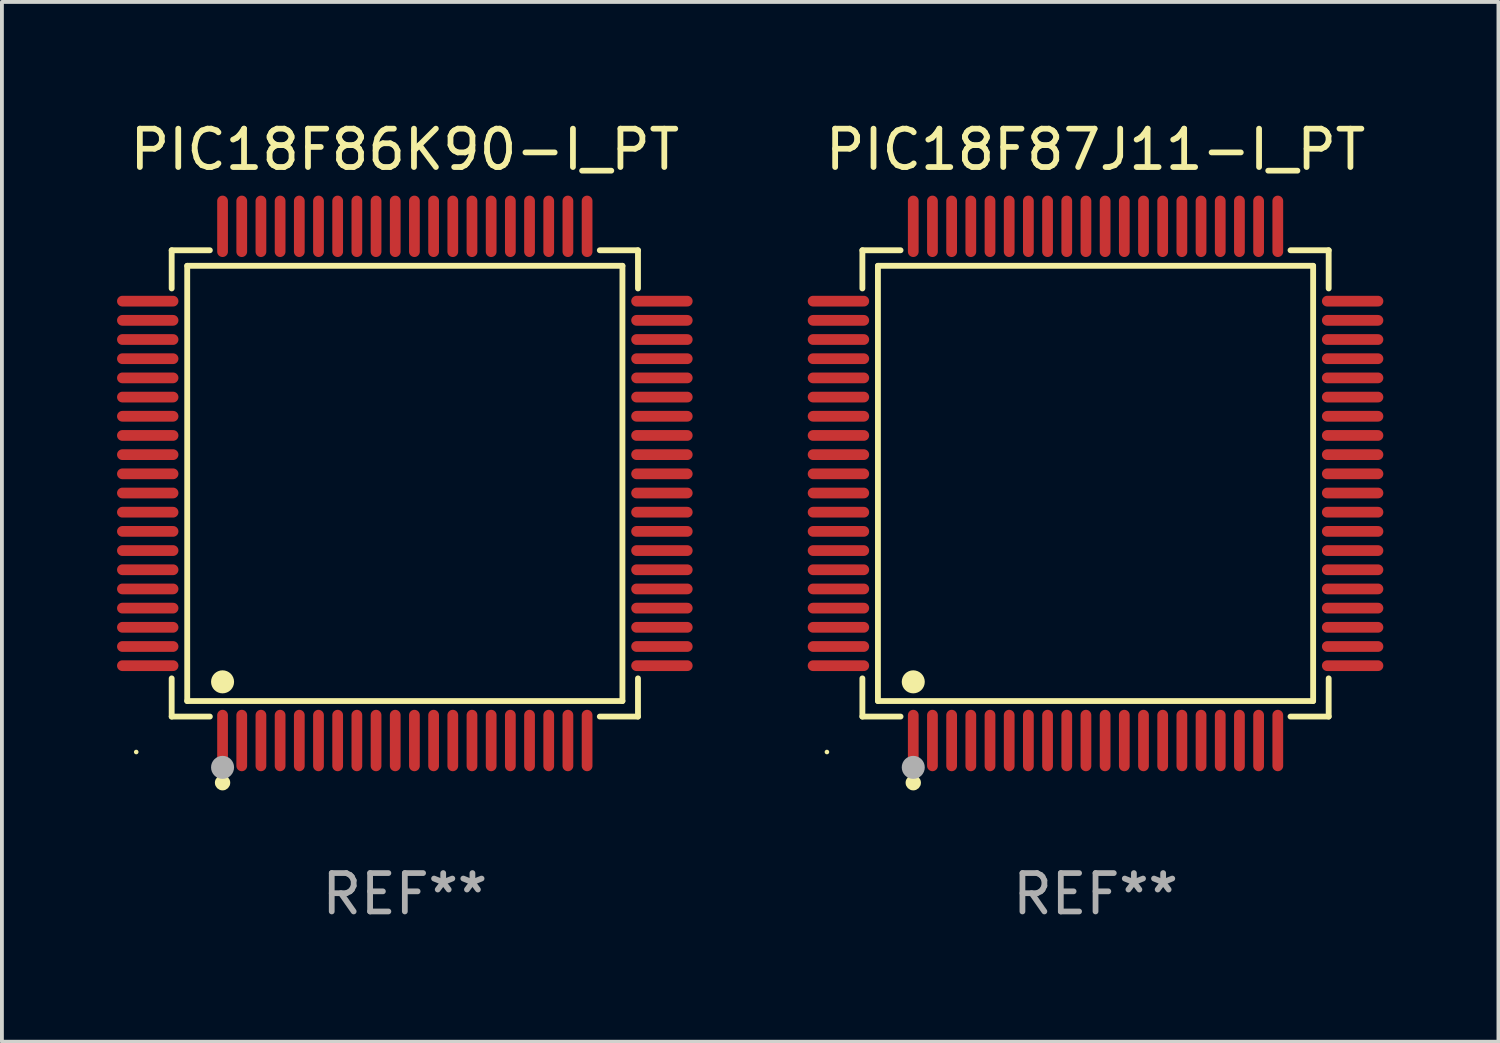
<source format=kicad_pcb>
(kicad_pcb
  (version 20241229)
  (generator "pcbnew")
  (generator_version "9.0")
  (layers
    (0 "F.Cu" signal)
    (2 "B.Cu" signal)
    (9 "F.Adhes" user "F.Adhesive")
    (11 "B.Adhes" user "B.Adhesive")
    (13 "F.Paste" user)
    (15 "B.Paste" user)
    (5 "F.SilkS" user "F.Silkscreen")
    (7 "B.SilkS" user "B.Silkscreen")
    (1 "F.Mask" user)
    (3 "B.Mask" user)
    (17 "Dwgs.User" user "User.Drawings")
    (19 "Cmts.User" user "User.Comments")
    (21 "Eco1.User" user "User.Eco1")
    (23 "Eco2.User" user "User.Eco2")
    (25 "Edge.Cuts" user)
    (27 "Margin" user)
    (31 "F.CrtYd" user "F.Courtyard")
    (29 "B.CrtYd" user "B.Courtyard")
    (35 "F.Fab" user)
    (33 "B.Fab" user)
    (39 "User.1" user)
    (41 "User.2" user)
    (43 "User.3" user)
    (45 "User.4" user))
  (footprint "PIC18F87J11-I_PT"
    (layer "F.Cu")
    (at 25.5 9.548)
    (property "Reference" "PIC18F87J11-I_PT" (at 0 -8.7 0) (layer "F.SilkS") (effects (font (size 1 1) (thickness 0.15))))
    (attr through_hole)
    (fp_line (start -6.076 -6.076) (end -5.081 -6.076) (stroke (width 0.152) (type solid)) (layer "F.SilkS"))
    (fp_line (start -6.076 -5.081) (end -6.076 -6.076) (stroke (width 0.152) (type solid)) (layer "F.SilkS"))
    (fp_line (start -6.076 5.081) (end -6.076 6.076) (stroke (width 0.152) (type solid)) (layer "F.SilkS"))
    (fp_line (start -6.076 6.076) (end -5.081 6.076) (stroke (width 0.152) (type solid)) (layer "F.SilkS"))
    (fp_line (start -5.671 -5.671) (end 5.671 -5.671) (stroke (width 0.152) (type solid)) (layer "F.SilkS"))
    (fp_line (start -5.671 5.671) (end -5.671 -5.671) (stroke (width 0.152) (type solid)) (layer "F.SilkS"))
    (fp_line (start 5.671 -5.671) (end 5.671 5.671) (stroke (width 0.152) (type solid)) (layer "F.SilkS"))
    (fp_line (start 5.671 5.671) (end -5.671 5.671) (stroke (width 0.152) (type solid)) (layer "F.SilkS"))
    (fp_line (start 6.076 -6.076) (end 5.081 -6.076) (stroke (width 0.152) (type solid)) (layer "F.SilkS"))
    (fp_line (start 6.076 -5.081) (end 6.076 -6.076) (stroke (width 0.152) (type solid)) (layer "F.SilkS"))
    (fp_line (start 6.076 5.081) (end 6.076 6.076) (stroke (width 0.152) (type solid)) (layer "F.SilkS"))
    (fp_line (start 6.076 6.076) (end 5.081 6.076) (stroke (width 0.152) (type solid)) (layer "F.SilkS"))
    (fp_circle (center -7 7) (end -6.97 7) (stroke (width 0.06) (type solid)) (fill no) (layer "F.SilkS"))
    (fp_circle (center -4.75 5.171) (end -4.6 5.171) (stroke (width 0.3) (type solid)) (fill no) (layer "F.SilkS"))
    (fp_circle (center -4.75 7.8) (end -4.65 7.8) (stroke (width 0.2) (type solid)) (fill no) (layer "F.SilkS"))
    (fp_circle (center -4.75 7.4) (end -4.6 7.4) (stroke (width 0.3) (type solid)) (fill no) (layer "F.Fab"))
    (fp_text user "REF**" (at 0 10.7 0) (layer "F.Fab") (effects (font (size 1 1) (thickness 0.15))))
    (pad "1" smd oval (at -4.75 6.7) (size 0.28 1.6) (layers "F.Cu" "F.Mask" "F.Paste"))
    (pad "2" smd oval (at -4.25 6.7) (size 0.28 1.6) (layers "F.Cu" "F.Mask" "F.Paste"))
    (pad "3" smd oval (at -3.75 6.7) (size 0.28 1.6) (layers "F.Cu" "F.Mask" "F.Paste"))
    (pad "4" smd oval (at -3.25 6.7) (size 0.28 1.6) (layers "F.Cu" "F.Mask" "F.Paste"))
    (pad "5" smd oval (at -2.75 6.7) (size 0.28 1.6) (layers "F.Cu" "F.Mask" "F.Paste"))
    (pad "6" smd oval (at -2.25 6.7) (size 0.28 1.6) (layers "F.Cu" "F.Mask" "F.Paste"))
    (pad "7" smd oval (at -1.75 6.7) (size 0.28 1.6) (layers "F.Cu" "F.Mask" "F.Paste"))
    (pad "8" smd oval (at -1.25 6.7) (size 0.28 1.6) (layers "F.Cu" "F.Mask" "F.Paste"))
    (pad "9" smd oval (at -0.75 6.7) (size 0.28 1.6) (layers "F.Cu" "F.Mask" "F.Paste"))
    (pad "10" smd oval (at -0.25 6.7) (size 0.28 1.6) (layers "F.Cu" "F.Mask" "F.Paste"))
    (pad "11" smd oval (at 0.25 6.7) (size 0.28 1.6) (layers "F.Cu" "F.Mask" "F.Paste"))
    (pad "12" smd oval (at 0.75 6.7) (size 0.28 1.6) (layers "F.Cu" "F.Mask" "F.Paste"))
    (pad "13" smd oval (at 1.25 6.7) (size 0.28 1.6) (layers "F.Cu" "F.Mask" "F.Paste"))
    (pad "14" smd oval (at 1.75 6.7) (size 0.28 1.6) (layers "F.Cu" "F.Mask" "F.Paste"))
    (pad "15" smd oval (at 2.25 6.7) (size 0.28 1.6) (layers "F.Cu" "F.Mask" "F.Paste"))
    (pad "16" smd oval (at 2.75 6.7) (size 0.28 1.6) (layers "F.Cu" "F.Mask" "F.Paste"))
    (pad "17" smd oval (at 3.25 6.7) (size 0.28 1.6) (layers "F.Cu" "F.Mask" "F.Paste"))
    (pad "18" smd oval (at 3.75 6.7) (size 0.28 1.6) (layers "F.Cu" "F.Mask" "F.Paste"))
    (pad "19" smd oval (at 4.25 6.7) (size 0.28 1.6) (layers "F.Cu" "F.Mask" "F.Paste"))
    (pad "20" smd oval (at 4.75 6.7) (size 0.28 1.6) (layers "F.Cu" "F.Mask" "F.Paste"))
    (pad "21" smd oval (at 6.7 4.75) (size 1.6 0.28) (layers "F.Cu" "F.Mask" "F.Paste"))
    (pad "22" smd oval (at 6.7 4.25) (size 1.6 0.28) (layers "F.Cu" "F.Mask" "F.Paste"))
    (pad "23" smd oval (at 6.7 3.75) (size 1.6 0.28) (layers "F.Cu" "F.Mask" "F.Paste"))
    (pad "24" smd oval (at 6.7 3.25) (size 1.6 0.28) (layers "F.Cu" "F.Mask" "F.Paste"))
    (pad "25" smd oval (at 6.7 2.75) (size 1.6 0.28) (layers "F.Cu" "F.Mask" "F.Paste"))
    (pad "26" smd oval (at 6.7 2.25) (size 1.6 0.28) (layers "F.Cu" "F.Mask" "F.Paste"))
    (pad "27" smd oval (at 6.7 1.75) (size 1.6 0.28) (layers "F.Cu" "F.Mask" "F.Paste"))
    (pad "28" smd oval (at 6.7 1.25) (size 1.6 0.28) (layers "F.Cu" "F.Mask" "F.Paste"))
    (pad "29" smd oval (at 6.7 0.75) (size 1.6 0.28) (layers "F.Cu" "F.Mask" "F.Paste"))
    (pad "30" smd oval (at 6.7 0.25) (size 1.6 0.28) (layers "F.Cu" "F.Mask" "F.Paste"))
    (pad "31" smd oval (at 6.7 -0.25) (size 1.6 0.28) (layers "F.Cu" "F.Mask" "F.Paste"))
    (pad "32" smd oval (at 6.7 -0.75) (size 1.6 0.28) (layers "F.Cu" "F.Mask" "F.Paste"))
    (pad "33" smd oval (at 6.7 -1.25) (size 1.6 0.28) (layers "F.Cu" "F.Mask" "F.Paste"))
    (pad "34" smd oval (at 6.7 -1.75) (size 1.6 0.28) (layers "F.Cu" "F.Mask" "F.Paste"))
    (pad "35" smd oval (at 6.7 -2.25) (size 1.6 0.28) (layers "F.Cu" "F.Mask" "F.Paste"))
    (pad "36" smd oval (at 6.7 -2.75) (size 1.6 0.28) (layers "F.Cu" "F.Mask" "F.Paste"))
    (pad "37" smd oval (at 6.7 -3.25) (size 1.6 0.28) (layers "F.Cu" "F.Mask" "F.Paste"))
    (pad "38" smd oval (at 6.7 -3.75) (size 1.6 0.28) (layers "F.Cu" "F.Mask" "F.Paste"))
    (pad "39" smd oval (at 6.7 -4.25) (size 1.6 0.28) (layers "F.Cu" "F.Mask" "F.Paste"))
    (pad "40" smd oval (at 6.7 -4.75) (size 1.6 0.28) (layers "F.Cu" "F.Mask" "F.Paste"))
    (pad "41" smd oval (at 4.75 -6.7) (size 0.28 1.6) (layers "F.Cu" "F.Mask" "F.Paste"))
    (pad "42" smd oval (at 4.25 -6.7) (size 0.28 1.6) (layers "F.Cu" "F.Mask" "F.Paste"))
    (pad "43" smd oval (at 3.75 -6.7) (size 0.28 1.6) (layers "F.Cu" "F.Mask" "F.Paste"))
    (pad "44" smd oval (at 3.25 -6.7) (size 0.28 1.6) (layers "F.Cu" "F.Mask" "F.Paste"))
    (pad "45" smd oval (at 2.75 -6.7) (size 0.28 1.6) (layers "F.Cu" "F.Mask" "F.Paste"))
    (pad "46" smd oval (at 2.25 -6.7) (size 0.28 1.6) (layers "F.Cu" "F.Mask" "F.Paste"))
    (pad "47" smd oval (at 1.75 -6.7) (size 0.28 1.6) (layers "F.Cu" "F.Mask" "F.Paste"))
    (pad "48" smd oval (at 1.25 -6.7) (size 0.28 1.6) (layers "F.Cu" "F.Mask" "F.Paste"))
    (pad "49" smd oval (at 0.75 -6.7) (size 0.28 1.6) (layers "F.Cu" "F.Mask" "F.Paste"))
    (pad "50" smd oval (at 0.25 -6.7) (size 0.28 1.6) (layers "F.Cu" "F.Mask" "F.Paste"))
    (pad "51" smd oval (at -0.25 -6.7) (size 0.28 1.6) (layers "F.Cu" "F.Mask" "F.Paste"))
    (pad "52" smd oval (at -0.75 -6.7) (size 0.28 1.6) (layers "F.Cu" "F.Mask" "F.Paste"))
    (pad "53" smd oval (at -1.25 -6.7) (size 0.28 1.6) (layers "F.Cu" "F.Mask" "F.Paste"))
    (pad "54" smd oval (at -1.75 -6.7) (size 0.28 1.6) (layers "F.Cu" "F.Mask" "F.Paste"))
    (pad "55" smd oval (at -2.25 -6.7) (size 0.28 1.6) (layers "F.Cu" "F.Mask" "F.Paste"))
    (pad "56" smd oval (at -2.75 -6.7) (size 0.28 1.6) (layers "F.Cu" "F.Mask" "F.Paste"))
    (pad "57" smd oval (at -3.25 -6.7) (size 0.28 1.6) (layers "F.Cu" "F.Mask" "F.Paste"))
    (pad "58" smd oval (at -3.75 -6.7) (size 0.28 1.6) (layers "F.Cu" "F.Mask" "F.Paste"))
    (pad "59" smd oval (at -4.25 -6.7) (size 0.28 1.6) (layers "F.Cu" "F.Mask" "F.Paste"))
    (pad "60" smd oval (at -4.75 -6.7) (size 0.28 1.6) (layers "F.Cu" "F.Mask" "F.Paste"))
    (pad "61" smd oval (at -6.7 -4.75) (size 1.6 0.28) (layers "F.Cu" "F.Mask" "F.Paste"))
    (pad "62" smd oval (at -6.7 -4.25) (size 1.6 0.28) (layers "F.Cu" "F.Mask" "F.Paste"))
    (pad "63" smd oval (at -6.7 -3.75) (size 1.6 0.28) (layers "F.Cu" "F.Mask" "F.Paste"))
    (pad "64" smd oval (at -6.7 -3.25) (size 1.6 0.28) (layers "F.Cu" "F.Mask" "F.Paste"))
    (pad "65" smd oval (at -6.7 -2.75) (size 1.6 0.28) (layers "F.Cu" "F.Mask" "F.Paste"))
    (pad "66" smd oval (at -6.7 -2.25) (size 1.6 0.28) (layers "F.Cu" "F.Mask" "F.Paste"))
    (pad "67" smd oval (at -6.7 -1.75) (size 1.6 0.28) (layers "F.Cu" "F.Mask" "F.Paste"))
    (pad "68" smd oval (at -6.7 -1.25) (size 1.6 0.28) (layers "F.Cu" "F.Mask" "F.Paste"))
    (pad "69" smd oval (at -6.7 -0.75) (size 1.6 0.28) (layers "F.Cu" "F.Mask" "F.Paste"))
    (pad "70" smd oval (at -6.7 -0.25) (size 1.6 0.28) (layers "F.Cu" "F.Mask" "F.Paste"))
    (pad "71" smd oval (at -6.7 0.25) (size 1.6 0.28) (layers "F.Cu" "F.Mask" "F.Paste"))
    (pad "72" smd oval (at -6.7 0.75) (size 1.6 0.28) (layers "F.Cu" "F.Mask" "F.Paste"))
    (pad "73" smd oval (at -6.7 1.25) (size 1.6 0.28) (layers "F.Cu" "F.Mask" "F.Paste"))
    (pad "74" smd oval (at -6.7 1.75) (size 1.6 0.28) (layers "F.Cu" "F.Mask" "F.Paste"))
    (pad "75" smd oval (at -6.7 2.25) (size 1.6 0.28) (layers "F.Cu" "F.Mask" "F.Paste"))
    (pad "76" smd oval (at -6.7 2.75) (size 1.6 0.28) (layers "F.Cu" "F.Mask" "F.Paste"))
    (pad "77" smd oval (at -6.7 3.25) (size 1.6 0.28) (layers "F.Cu" "F.Mask" "F.Paste"))
    (pad "78" smd oval (at -6.7 3.75) (size 1.6 0.28) (layers "F.Cu" "F.Mask" "F.Paste"))
    (pad "79" smd oval (at -6.7 4.25) (size 1.6 0.28) (layers "F.Cu" "F.Mask" "F.Paste"))
    (pad "80" smd oval (at -6.7 4.75) (size 1.6 0.28) (layers "F.Cu" "F.Mask" "F.Paste")))
  (footprint "PIC18F86K90-I_PT"
    (layer "F.Cu")
    (at 7.5 9.548)
    (property "Reference" "PIC18F86K90-I_PT" (at 0 -8.7 0) (layer "F.SilkS") (effects (font (size 1 1) (thickness 0.15))))
    (attr through_hole)
    (fp_line (start -6.076 -6.076) (end -5.081 -6.076) (stroke (width 0.152) (type solid)) (layer "F.SilkS"))
    (fp_line (start -6.076 -5.081) (end -6.076 -6.076) (stroke (width 0.152) (type solid)) (layer "F.SilkS"))
    (fp_line (start -6.076 5.081) (end -6.076 6.076) (stroke (width 0.152) (type solid)) (layer "F.SilkS"))
    (fp_line (start -6.076 6.076) (end -5.081 6.076) (stroke (width 0.152) (type solid)) (layer "F.SilkS"))
    (fp_line (start -5.671 -5.671) (end 5.671 -5.671) (stroke (width 0.152) (type solid)) (layer "F.SilkS"))
    (fp_line (start -5.671 5.671) (end -5.671 -5.671) (stroke (width 0.152) (type solid)) (layer "F.SilkS"))
    (fp_line (start 5.671 -5.671) (end 5.671 5.671) (stroke (width 0.152) (type solid)) (layer "F.SilkS"))
    (fp_line (start 5.671 5.671) (end -5.671 5.671) (stroke (width 0.152) (type solid)) (layer "F.SilkS"))
    (fp_line (start 6.076 -6.076) (end 5.081 -6.076) (stroke (width 0.152) (type solid)) (layer "F.SilkS"))
    (fp_line (start 6.076 -5.081) (end 6.076 -6.076) (stroke (width 0.152) (type solid)) (layer "F.SilkS"))
    (fp_line (start 6.076 5.081) (end 6.076 6.076) (stroke (width 0.152) (type solid)) (layer "F.SilkS"))
    (fp_line (start 6.076 6.076) (end 5.081 6.076) (stroke (width 0.152) (type solid)) (layer "F.SilkS"))
    (fp_circle (center -7 7) (end -6.97 7) (stroke (width 0.06) (type solid)) (fill no) (layer "F.SilkS"))
    (fp_circle (center -4.75 5.171) (end -4.6 5.171) (stroke (width 0.3) (type solid)) (fill no) (layer "F.SilkS"))
    (fp_circle (center -4.75 7.8) (end -4.65 7.8) (stroke (width 0.2) (type solid)) (fill no) (layer "F.SilkS"))
    (fp_circle (center -4.75 7.4) (end -4.6 7.4) (stroke (width 0.3) (type solid)) (fill no) (layer "F.Fab"))
    (fp_text user "REF**" (at 0 10.7 0) (layer "F.Fab") (effects (font (size 1 1) (thickness 0.15))))
    (pad "1" smd oval (at -4.75 6.7) (size 0.28 1.6) (layers "F.Cu" "F.Mask" "F.Paste"))
    (pad "2" smd oval (at -4.25 6.7) (size 0.28 1.6) (layers "F.Cu" "F.Mask" "F.Paste"))
    (pad "3" smd oval (at -3.75 6.7) (size 0.28 1.6) (layers "F.Cu" "F.Mask" "F.Paste"))
    (pad "4" smd oval (at -3.25 6.7) (size 0.28 1.6) (layers "F.Cu" "F.Mask" "F.Paste"))
    (pad "5" smd oval (at -2.75 6.7) (size 0.28 1.6) (layers "F.Cu" "F.Mask" "F.Paste"))
    (pad "6" smd oval (at -2.25 6.7) (size 0.28 1.6) (layers "F.Cu" "F.Mask" "F.Paste"))
    (pad "7" smd oval (at -1.75 6.7) (size 0.28 1.6) (layers "F.Cu" "F.Mask" "F.Paste"))
    (pad "8" smd oval (at -1.25 6.7) (size 0.28 1.6) (layers "F.Cu" "F.Mask" "F.Paste"))
    (pad "9" smd oval (at -0.75 6.7) (size 0.28 1.6) (layers "F.Cu" "F.Mask" "F.Paste"))
    (pad "10" smd oval (at -0.25 6.7) (size 0.28 1.6) (layers "F.Cu" "F.Mask" "F.Paste"))
    (pad "11" smd oval (at 0.25 6.7) (size 0.28 1.6) (layers "F.Cu" "F.Mask" "F.Paste"))
    (pad "12" smd oval (at 0.75 6.7) (size 0.28 1.6) (layers "F.Cu" "F.Mask" "F.Paste"))
    (pad "13" smd oval (at 1.25 6.7) (size 0.28 1.6) (layers "F.Cu" "F.Mask" "F.Paste"))
    (pad "14" smd oval (at 1.75 6.7) (size 0.28 1.6) (layers "F.Cu" "F.Mask" "F.Paste"))
    (pad "15" smd oval (at 2.25 6.7) (size 0.28 1.6) (layers "F.Cu" "F.Mask" "F.Paste"))
    (pad "16" smd oval (at 2.75 6.7) (size 0.28 1.6) (layers "F.Cu" "F.Mask" "F.Paste"))
    (pad "17" smd oval (at 3.25 6.7) (size 0.28 1.6) (layers "F.Cu" "F.Mask" "F.Paste"))
    (pad "18" smd oval (at 3.75 6.7) (size 0.28 1.6) (layers "F.Cu" "F.Mask" "F.Paste"))
    (pad "19" smd oval (at 4.25 6.7) (size 0.28 1.6) (layers "F.Cu" "F.Mask" "F.Paste"))
    (pad "20" smd oval (at 4.75 6.7) (size 0.28 1.6) (layers "F.Cu" "F.Mask" "F.Paste"))
    (pad "21" smd oval (at 6.7 4.75) (size 1.6 0.28) (layers "F.Cu" "F.Mask" "F.Paste"))
    (pad "22" smd oval (at 6.7 4.25) (size 1.6 0.28) (layers "F.Cu" "F.Mask" "F.Paste"))
    (pad "23" smd oval (at 6.7 3.75) (size 1.6 0.28) (layers "F.Cu" "F.Mask" "F.Paste"))
    (pad "24" smd oval (at 6.7 3.25) (size 1.6 0.28) (layers "F.Cu" "F.Mask" "F.Paste"))
    (pad "25" smd oval (at 6.7 2.75) (size 1.6 0.28) (layers "F.Cu" "F.Mask" "F.Paste"))
    (pad "26" smd oval (at 6.7 2.25) (size 1.6 0.28) (layers "F.Cu" "F.Mask" "F.Paste"))
    (pad "27" smd oval (at 6.7 1.75) (size 1.6 0.28) (layers "F.Cu" "F.Mask" "F.Paste"))
    (pad "28" smd oval (at 6.7 1.25) (size 1.6 0.28) (layers "F.Cu" "F.Mask" "F.Paste"))
    (pad "29" smd oval (at 6.7 0.75) (size 1.6 0.28) (layers "F.Cu" "F.Mask" "F.Paste"))
    (pad "30" smd oval (at 6.7 0.25) (size 1.6 0.28) (layers "F.Cu" "F.Mask" "F.Paste"))
    (pad "31" smd oval (at 6.7 -0.25) (size 1.6 0.28) (layers "F.Cu" "F.Mask" "F.Paste"))
    (pad "32" smd oval (at 6.7 -0.75) (size 1.6 0.28) (layers "F.Cu" "F.Mask" "F.Paste"))
    (pad "33" smd oval (at 6.7 -1.25) (size 1.6 0.28) (layers "F.Cu" "F.Mask" "F.Paste"))
    (pad "34" smd oval (at 6.7 -1.75) (size 1.6 0.28) (layers "F.Cu" "F.Mask" "F.Paste"))
    (pad "35" smd oval (at 6.7 -2.25) (size 1.6 0.28) (layers "F.Cu" "F.Mask" "F.Paste"))
    (pad "36" smd oval (at 6.7 -2.75) (size 1.6 0.28) (layers "F.Cu" "F.Mask" "F.Paste"))
    (pad "37" smd oval (at 6.7 -3.25) (size 1.6 0.28) (layers "F.Cu" "F.Mask" "F.Paste"))
    (pad "38" smd oval (at 6.7 -3.75) (size 1.6 0.28) (layers "F.Cu" "F.Mask" "F.Paste"))
    (pad "39" smd oval (at 6.7 -4.25) (size 1.6 0.28) (layers "F.Cu" "F.Mask" "F.Paste"))
    (pad "40" smd oval (at 6.7 -4.75) (size 1.6 0.28) (layers "F.Cu" "F.Mask" "F.Paste"))
    (pad "41" smd oval (at 4.75 -6.7) (size 0.28 1.6) (layers "F.Cu" "F.Mask" "F.Paste"))
    (pad "42" smd oval (at 4.25 -6.7) (size 0.28 1.6) (layers "F.Cu" "F.Mask" "F.Paste"))
    (pad "43" smd oval (at 3.75 -6.7) (size 0.28 1.6) (layers "F.Cu" "F.Mask" "F.Paste"))
    (pad "44" smd oval (at 3.25 -6.7) (size 0.28 1.6) (layers "F.Cu" "F.Mask" "F.Paste"))
    (pad "45" smd oval (at 2.75 -6.7) (size 0.28 1.6) (layers "F.Cu" "F.Mask" "F.Paste"))
    (pad "46" smd oval (at 2.25 -6.7) (size 0.28 1.6) (layers "F.Cu" "F.Mask" "F.Paste"))
    (pad "47" smd oval (at 1.75 -6.7) (size 0.28 1.6) (layers "F.Cu" "F.Mask" "F.Paste"))
    (pad "48" smd oval (at 1.25 -6.7) (size 0.28 1.6) (layers "F.Cu" "F.Mask" "F.Paste"))
    (pad "49" smd oval (at 0.75 -6.7) (size 0.28 1.6) (layers "F.Cu" "F.Mask" "F.Paste"))
    (pad "50" smd oval (at 0.25 -6.7) (size 0.28 1.6) (layers "F.Cu" "F.Mask" "F.Paste"))
    (pad "51" smd oval (at -0.25 -6.7) (size 0.28 1.6) (layers "F.Cu" "F.Mask" "F.Paste"))
    (pad "52" smd oval (at -0.75 -6.7) (size 0.28 1.6) (layers "F.Cu" "F.Mask" "F.Paste"))
    (pad "53" smd oval (at -1.25 -6.7) (size 0.28 1.6) (layers "F.Cu" "F.Mask" "F.Paste"))
    (pad "54" smd oval (at -1.75 -6.7) (size 0.28 1.6) (layers "F.Cu" "F.Mask" "F.Paste"))
    (pad "55" smd oval (at -2.25 -6.7) (size 0.28 1.6) (layers "F.Cu" "F.Mask" "F.Paste"))
    (pad "56" smd oval (at -2.75 -6.7) (size 0.28 1.6) (layers "F.Cu" "F.Mask" "F.Paste"))
    (pad "57" smd oval (at -3.25 -6.7) (size 0.28 1.6) (layers "F.Cu" "F.Mask" "F.Paste"))
    (pad "58" smd oval (at -3.75 -6.7) (size 0.28 1.6) (layers "F.Cu" "F.Mask" "F.Paste"))
    (pad "59" smd oval (at -4.25 -6.7) (size 0.28 1.6) (layers "F.Cu" "F.Mask" "F.Paste"))
    (pad "60" smd oval (at -4.75 -6.7) (size 0.28 1.6) (layers "F.Cu" "F.Mask" "F.Paste"))
    (pad "61" smd oval (at -6.7 -4.75) (size 1.6 0.28) (layers "F.Cu" "F.Mask" "F.Paste"))
    (pad "62" smd oval (at -6.7 -4.25) (size 1.6 0.28) (layers "F.Cu" "F.Mask" "F.Paste"))
    (pad "63" smd oval (at -6.7 -3.75) (size 1.6 0.28) (layers "F.Cu" "F.Mask" "F.Paste"))
    (pad "64" smd oval (at -6.7 -3.25) (size 1.6 0.28) (layers "F.Cu" "F.Mask" "F.Paste"))
    (pad "65" smd oval (at -6.7 -2.75) (size 1.6 0.28) (layers "F.Cu" "F.Mask" "F.Paste"))
    (pad "66" smd oval (at -6.7 -2.25) (size 1.6 0.28) (layers "F.Cu" "F.Mask" "F.Paste"))
    (pad "67" smd oval (at -6.7 -1.75) (size 1.6 0.28) (layers "F.Cu" "F.Mask" "F.Paste"))
    (pad "68" smd oval (at -6.7 -1.25) (size 1.6 0.28) (layers "F.Cu" "F.Mask" "F.Paste"))
    (pad "69" smd oval (at -6.7 -0.75) (size 1.6 0.28) (layers "F.Cu" "F.Mask" "F.Paste"))
    (pad "70" smd oval (at -6.7 -0.25) (size 1.6 0.28) (layers "F.Cu" "F.Mask" "F.Paste"))
    (pad "71" smd oval (at -6.7 0.25) (size 1.6 0.28) (layers "F.Cu" "F.Mask" "F.Paste"))
    (pad "72" smd oval (at -6.7 0.75) (size 1.6 0.28) (layers "F.Cu" "F.Mask" "F.Paste"))
    (pad "73" smd oval (at -6.7 1.25) (size 1.6 0.28) (layers "F.Cu" "F.Mask" "F.Paste"))
    (pad "74" smd oval (at -6.7 1.75) (size 1.6 0.28) (layers "F.Cu" "F.Mask" "F.Paste"))
    (pad "75" smd oval (at -6.7 2.25) (size 1.6 0.28) (layers "F.Cu" "F.Mask" "F.Paste"))
    (pad "76" smd oval (at -6.7 2.75) (size 1.6 0.28) (layers "F.Cu" "F.Mask" "F.Paste"))
    (pad "77" smd oval (at -6.7 3.25) (size 1.6 0.28) (layers "F.Cu" "F.Mask" "F.Paste"))
    (pad "78" smd oval (at -6.7 3.75) (size 1.6 0.28) (layers "F.Cu" "F.Mask" "F.Paste"))
    (pad "79" smd oval (at -6.7 4.25) (size 1.6 0.28) (layers "F.Cu" "F.Mask" "F.Paste"))
    (pad "80" smd oval (at -6.7 4.75) (size 1.6 0.28) (layers "F.Cu" "F.Mask" "F.Paste")))
  (gr_rect
    (start -3 -3)
    (end 36 24.097)
    (stroke (width 0.1) (type default))
    (fill no)
    (layer "Edge.Cuts")))
</source>
